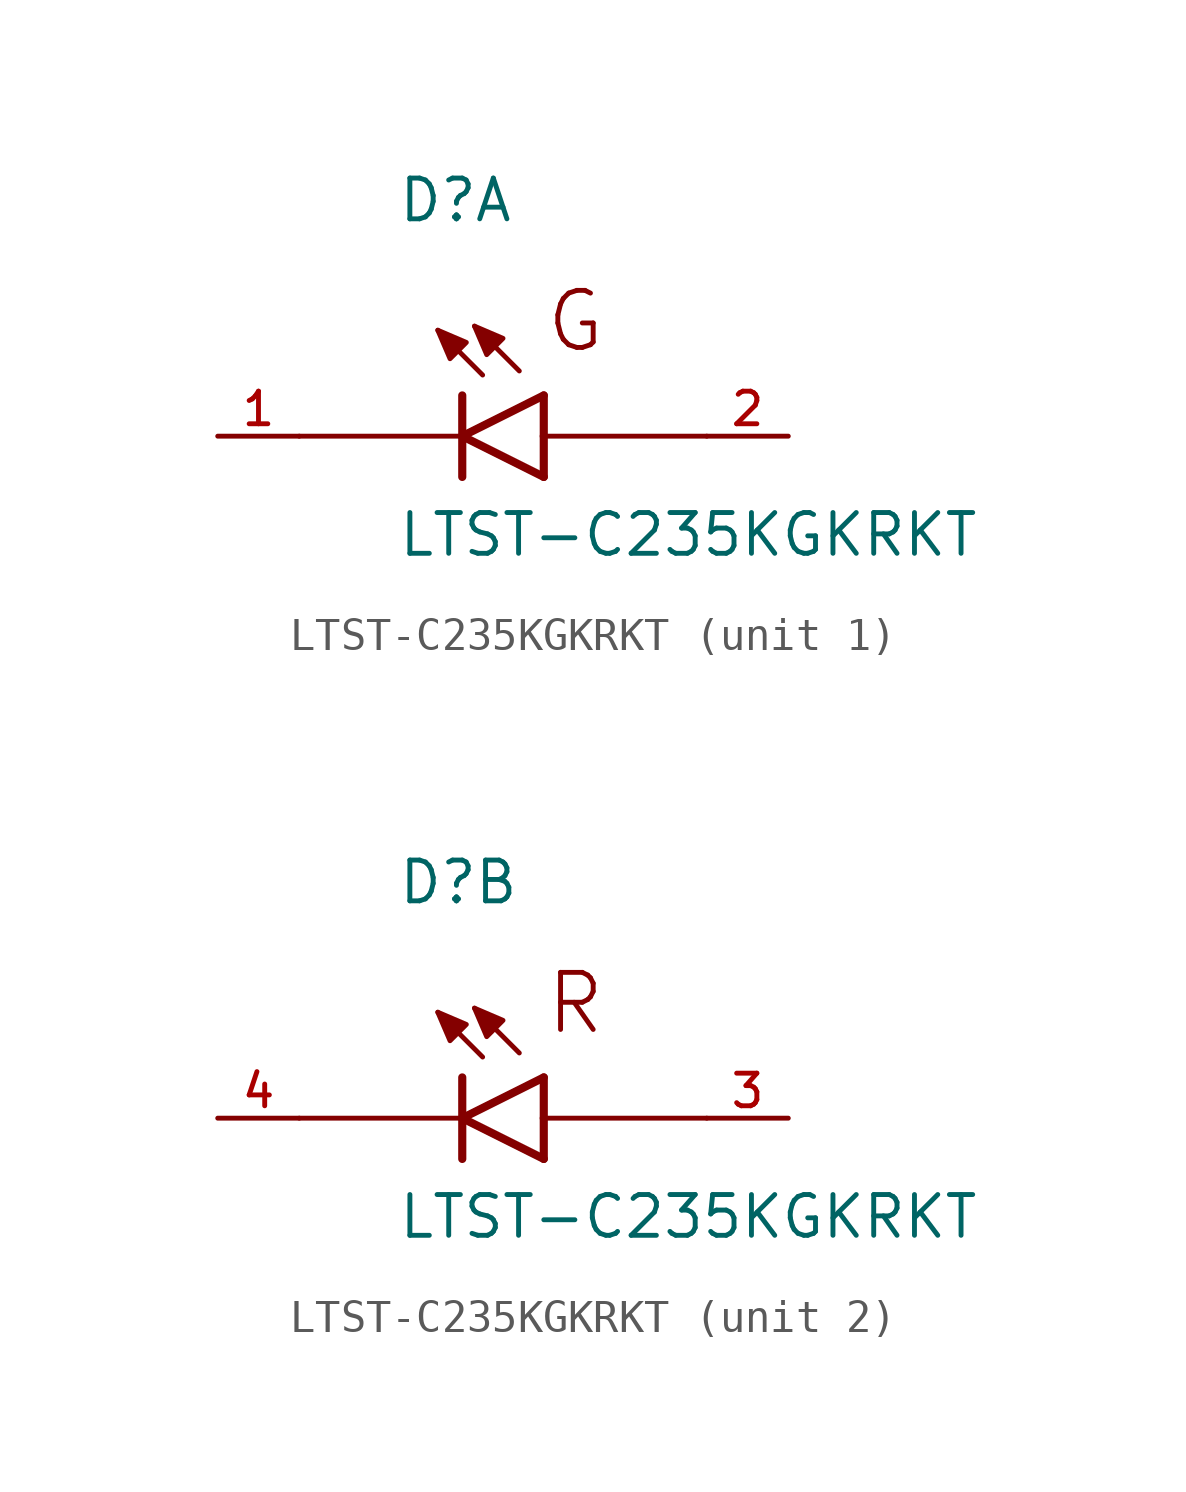
<source format=kicad_sym>
(kicad_symbol_lib
  (version 20211014)
  (generator kicad_symbol_editor)
  (symbol "LTST-C235KGKRKT"
    (pin_names
      (offset 1.016))
    (property "Reference" "D"
      (at -2.035 6.61 0)
      (effects (font (size 1.27 1.27)) (justify bottom left)))
    (property "Value" "LTST-C235KGKRKT"
      (at -2.034 -3.813 0)
      (effects (font (size 1.27 1.27)) (justify bottom left)))
    (symbol "LTST-C235KGKRKT_1_0"
      (polyline (pts (xy 2.54 -1.27) (xy 0.0 0.0)) (stroke (width 0.254)))
      (polyline (pts (xy 0.0 0.0) (xy 2.54 1.27)) (stroke (width 0.254)))
      (polyline (pts (xy 0.0 -1.27) (xy 0.0 0.0)) (stroke (width 0.254)))
      (polyline (pts (xy 0.0 0.0) (xy 0.0 1.27)) (stroke (width 0.254)))
      (polyline (pts (xy 2.54 -1.27) (xy 2.54 0.0)) (stroke (width 0.254)))
      (polyline (pts (xy 2.54 0.0) (xy 2.54 1.27)) (stroke (width 0.254)))
      (polyline (pts (xy 1.778 2.032) (xy 0.381 3.429)) (stroke (width 0.152)))
      (polyline (pts (xy 0.635 1.905) (xy -0.762 3.302)) (stroke (width 0.152)))
      (polyline (pts (xy 0.381 3.429) (xy 1.27 3.048) (xy 0.762 2.54) (xy 0.381 3.429)) (stroke (width 0.152)) (fill (type outline)))
      (polyline (pts (xy -0.762 3.302) (xy 0.127 2.921) (xy -0.381 2.413) (xy -0.762 3.302)) (stroke (width 0.152)) (fill (type outline)))
      (polyline (pts (xy 2.54 0.0) (xy 7.62 0.0)) (stroke (width 0.152)))
      (polyline (pts (xy 0.0 0.0) (xy -5.08 0.0)) (stroke (width 0.152)))
      (text "G" (at 2.54 2.54 0) (effects (font (size 1.778 1.778)) (justify bottom left)))
      (pin passive line (at -7.62 0.0 0) (length 2.54) (name "~" (effects (font (size 1.016 1.016)))) (number "1" (effects (font (size 1.016 1.016)))))
      (pin passive line (at 10.16 0.0 180.0) (length 2.54) (name "~" (effects (font (size 1.016 1.016)))) (number "2" (effects (font (size 1.016 1.016))))))
    (symbol "LTST-C235KGKRKT_2_0"
      (polyline (pts (xy 2.54 -1.27) (xy 0.0 0.0)) (stroke (width 0.254)))
      (polyline (pts (xy 0.0 0.0) (xy 2.54 1.27)) (stroke (width 0.254)))
      (polyline (pts (xy 0.0 -1.27) (xy 0.0 0.0)) (stroke (width 0.254)))
      (polyline (pts (xy 0.0 0.0) (xy 0.0 1.27)) (stroke (width 0.254)))
      (polyline (pts (xy 2.54 -1.27) (xy 2.54 0.0)) (stroke (width 0.254)))
      (polyline (pts (xy 2.54 0.0) (xy 2.54 1.27)) (stroke (width 0.254)))
      (polyline (pts (xy 1.778 2.032) (xy 0.381 3.429)) (stroke (width 0.152)))
      (polyline (pts (xy 0.635 1.905) (xy -0.762 3.302)) (stroke (width 0.152)))
      (polyline (pts (xy 0.381 3.429) (xy 1.27 3.048) (xy 0.762 2.54) (xy 0.381 3.429)) (stroke (width 0.152)) (fill (type outline)))
      (polyline (pts (xy -0.762 3.302) (xy 0.127 2.921) (xy -0.381 2.413) (xy -0.762 3.302)) (stroke (width 0.152)) (fill (type outline)))
      (polyline (pts (xy 2.54 0.0) (xy 7.62 0.0)) (stroke (width 0.152)))
      (polyline (pts (xy 0.0 0.0) (xy -5.08 0.0)) (stroke (width 0.152)))
      (text "R" (at 2.54 2.54 0) (effects (font (size 1.778 1.778)) (justify bottom left)))
      (pin passive line (at -7.62 0.0 0) (length 2.54) (name "~" (effects (font (size 1.016 1.016)))) (number "4" (effects (font (size 1.016 1.016)))))
      (pin passive line (at 10.16 0.0 180.0) (length 2.54) (name "~" (effects (font (size 1.016 1.016)))) (number "3" (effects (font (size 1.016 1.016))))))))
</source>
